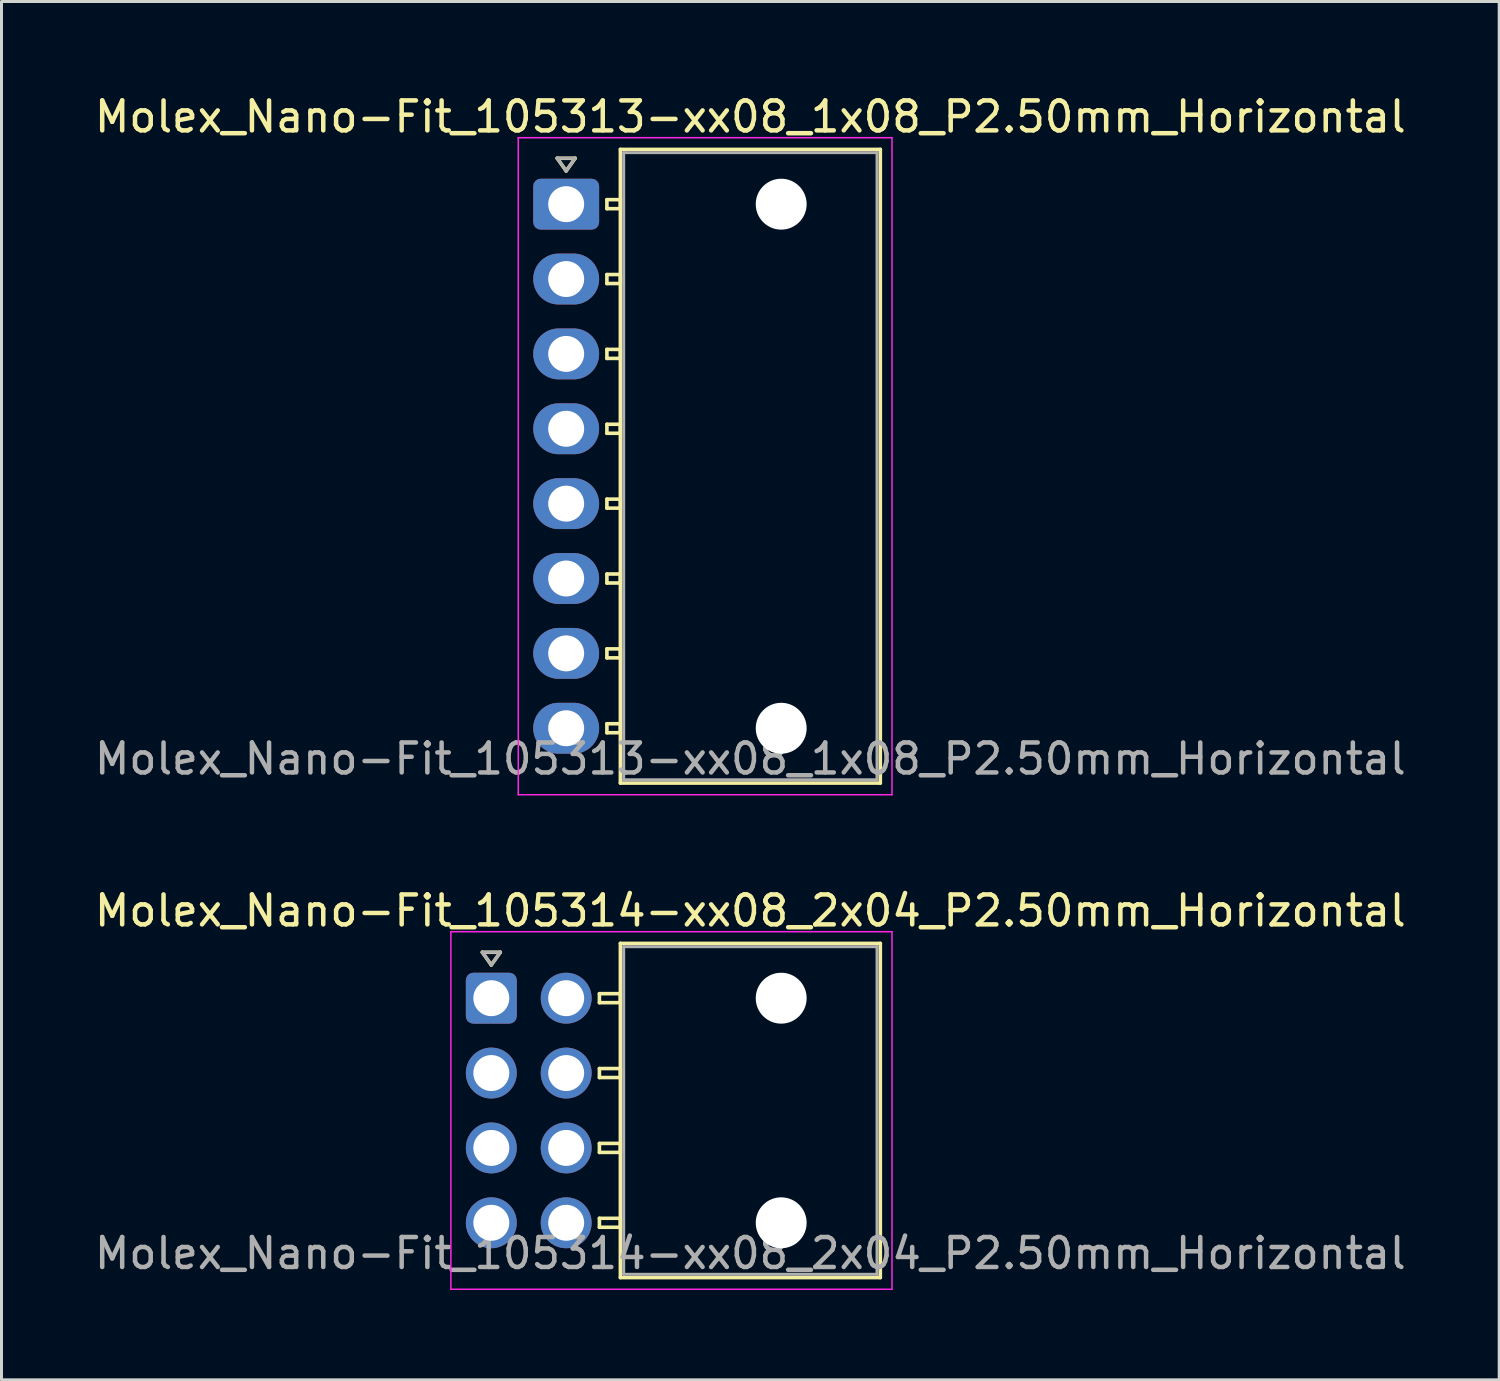
<source format=kicad_pcb>
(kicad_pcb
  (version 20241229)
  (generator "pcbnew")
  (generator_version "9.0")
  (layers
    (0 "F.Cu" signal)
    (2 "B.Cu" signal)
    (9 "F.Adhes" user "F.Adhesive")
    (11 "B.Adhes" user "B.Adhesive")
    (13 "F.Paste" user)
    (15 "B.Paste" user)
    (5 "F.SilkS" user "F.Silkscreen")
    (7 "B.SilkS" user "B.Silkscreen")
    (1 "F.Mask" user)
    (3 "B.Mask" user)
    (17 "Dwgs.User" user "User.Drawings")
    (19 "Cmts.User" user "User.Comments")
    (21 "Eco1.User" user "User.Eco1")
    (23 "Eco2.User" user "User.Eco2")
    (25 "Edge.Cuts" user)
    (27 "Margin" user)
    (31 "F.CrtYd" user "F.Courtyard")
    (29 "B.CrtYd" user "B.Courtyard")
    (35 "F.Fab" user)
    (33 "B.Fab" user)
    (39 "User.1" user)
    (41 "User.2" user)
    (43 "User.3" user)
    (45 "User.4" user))
  (footprint "Molex_Nano-Fit_105314-xx08_2x04_P2.50mm_Horizontal"
    (layer "F.Cu")
    (at 13.356 30.282)
    (property "Reference" "Molex_Nano-Fit_105314-xx08_2x04_P2.50mm_Horizontal" (at 8.65 -2.92 0) (layer "F.SilkS") (effects (font (size 1 1) (thickness 0.15))))
    (attr through_hole)
    (fp_line (start -0.3 -1.534) (end 0 -1.11) (stroke (width 0.12) (type solid)) (layer "F.SilkS"))
    (fp_line (start 0 -1.11) (end 0.3 -1.534) (stroke (width 0.12) (type solid)) (layer "F.SilkS"))
    (fp_line (start 0.3 -1.534) (end -0.3 -1.534) (stroke (width 0.12) (type solid)) (layer "F.SilkS"))
    (fp_line (start 3.61 -0.15) (end 3.61 0.15) (stroke (width 0.12) (type solid)) (layer "F.SilkS"))
    (fp_line (start 3.61 0.15) (end 4.31 0.15) (stroke (width 0.12) (type solid)) (layer "F.SilkS"))
    (fp_line (start 3.61 2.35) (end 3.61 2.65) (stroke (width 0.12) (type solid)) (layer "F.SilkS"))
    (fp_line (start 3.61 2.65) (end 4.31 2.65) (stroke (width 0.12) (type solid)) (layer "F.SilkS"))
    (fp_line (start 3.61 4.85) (end 3.61 5.15) (stroke (width 0.12) (type solid)) (layer "F.SilkS"))
    (fp_line (start 3.61 5.15) (end 4.31 5.15) (stroke (width 0.12) (type solid)) (layer "F.SilkS"))
    (fp_line (start 3.61 7.35) (end 3.61 7.65) (stroke (width 0.12) (type solid)) (layer "F.SilkS"))
    (fp_line (start 3.61 7.65) (end 4.31 7.65) (stroke (width 0.12) (type solid)) (layer "F.SilkS"))
    (fp_line (start 4.31 -1.83) (end 4.31 9.33) (stroke (width 0.12) (type solid)) (layer "F.SilkS"))
    (fp_line (start 4.31 -0.15) (end 3.61 -0.15) (stroke (width 0.12) (type solid)) (layer "F.SilkS"))
    (fp_line (start 4.31 0.15) (end 4.31 -0.15) (stroke (width 0.12) (type solid)) (layer "F.SilkS"))
    (fp_line (start 4.31 2.35) (end 3.61 2.35) (stroke (width 0.12) (type solid)) (layer "F.SilkS"))
    (fp_line (start 4.31 2.65) (end 4.31 2.35) (stroke (width 0.12) (type solid)) (layer "F.SilkS"))
    (fp_line (start 4.31 4.85) (end 3.61 4.85) (stroke (width 0.12) (type solid)) (layer "F.SilkS"))
    (fp_line (start 4.31 5.15) (end 4.31 4.85) (stroke (width 0.12) (type solid)) (layer "F.SilkS"))
    (fp_line (start 4.31 7.35) (end 3.61 7.35) (stroke (width 0.12) (type solid)) (layer "F.SilkS"))
    (fp_line (start 4.31 7.65) (end 4.31 7.35) (stroke (width 0.12) (type solid)) (layer "F.SilkS"))
    (fp_line (start 4.31 9.33) (end 12.99 9.33) (stroke (width 0.12) (type solid)) (layer "F.SilkS"))
    (fp_line (start 12.99 -1.83) (end 4.31 -1.83) (stroke (width 0.12) (type solid)) (layer "F.SilkS"))
    (fp_line (start 12.99 9.33) (end 12.99 -1.83) (stroke (width 0.12) (type solid)) (layer "F.SilkS"))
    (fp_line (start -1.35 -2.22) (end -1.35 9.72) (stroke (width 0.05) (type solid)) (layer "F.CrtYd"))
    (fp_line (start -1.35 9.72) (end 13.38 9.72) (stroke (width 0.05) (type solid)) (layer "F.CrtYd"))
    (fp_line (start 13.38 -2.22) (end -1.35 -2.22) (stroke (width 0.05) (type solid)) (layer "F.CrtYd"))
    (fp_line (start 13.38 9.72) (end 13.38 -2.22) (stroke (width 0.05) (type solid)) (layer "F.CrtYd"))
    (fp_line (start -0.3 -1.534) (end 0 -1.11) (stroke (width 0.1) (type solid)) (layer "F.Fab"))
    (fp_line (start 0 -1.11) (end 0.3 -1.534) (stroke (width 0.1) (type solid)) (layer "F.Fab"))
    (fp_line (start 0.3 -1.534) (end -0.3 -1.534) (stroke (width 0.1) (type solid)) (layer "F.Fab"))
    (fp_line (start 4.42 -1.72) (end 4.42 9.22) (stroke (width 0.1) (type solid)) (layer "F.Fab"))
    (fp_line (start 4.42 9.22) (end 12.88 9.22) (stroke (width 0.1) (type solid)) (layer "F.Fab"))
    (fp_line (start 12.88 -1.72) (end 4.42 -1.72) (stroke (width 0.1) (type solid)) (layer "F.Fab"))
    (fp_line (start 12.88 9.22) (end 12.88 -1.72) (stroke (width 0.1) (type solid)) (layer "F.Fab"))
    (fp_text user "${REFERENCE}" (at 8.65 8.52 0) (layer "F.Fab") (effects (font (size 1 1) (thickness 0.15))))
    (pad "" np_thru_hole circle (at 9.68 0) (size 1.7 1.7) (drill 1.7) (layers "*.Cu" "*.Mask"))
    (pad "" np_thru_hole circle (at 9.68 7.5) (size 1.7 1.7) (drill 1.7) (layers "*.Cu" "*.Mask"))
    (pad "1" thru_hole roundrect (at 0 0) (size 1.7 1.7) (drill 1.2) (layers "*.Cu" "*.Mask") (roundrect_rratio 0.147))
    (pad "2" thru_hole circle (at 0 2.5) (size 1.7 1.7) (drill 1.2) (layers "*.Cu" "*.Mask"))
    (pad "3" thru_hole circle (at 0 5) (size 1.7 1.7) (drill 1.2) (layers "*.Cu" "*.Mask"))
    (pad "4" thru_hole circle (at 0 7.5) (size 1.7 1.7) (drill 1.2) (layers "*.Cu" "*.Mask"))
    (pad "5" thru_hole circle (at 2.5 0) (size 1.7 1.7) (drill 1.2) (layers "*.Cu" "*.Mask"))
    (pad "6" thru_hole circle (at 2.5 2.5) (size 1.7 1.7) (drill 1.2) (layers "*.Cu" "*.Mask"))
    (pad "7" thru_hole circle (at 2.5 5) (size 1.7 1.7) (drill 1.2) (layers "*.Cu" "*.Mask"))
    (pad "8" thru_hole circle (at 2.5 7.5) (size 1.7 1.7) (drill 1.2) (layers "*.Cu" "*.Mask")))
  (footprint "Molex_Nano-Fit_105313-xx08_1x08_P2.50mm_Horizontal"
    (layer "F.Cu")
    (at 15.856 3.768)
    (property "Reference" "Molex_Nano-Fit_105313-xx08_1x08_P2.50mm_Horizontal" (at 6.15 -2.92 0) (layer "F.SilkS") (effects (font (size 1 1) (thickness 0.15))))
    (attr through_hole)
    (fp_line (start -0.3 -1.534) (end 0 -1.11) (stroke (width 0.12) (type solid)) (layer "F.SilkS"))
    (fp_line (start 0 -1.11) (end 0.3 -1.534) (stroke (width 0.12) (type solid)) (layer "F.SilkS"))
    (fp_line (start 0.3 -1.534) (end -0.3 -1.534) (stroke (width 0.12) (type solid)) (layer "F.SilkS"))
    (fp_line (start 1.36 -0.15) (end 1.36 0.15) (stroke (width 0.12) (type solid)) (layer "F.SilkS"))
    (fp_line (start 1.36 0.15) (end 1.81 0.15) (stroke (width 0.12) (type solid)) (layer "F.SilkS"))
    (fp_line (start 1.36 2.35) (end 1.36 2.65) (stroke (width 0.12) (type solid)) (layer "F.SilkS"))
    (fp_line (start 1.36 2.65) (end 1.81 2.65) (stroke (width 0.12) (type solid)) (layer "F.SilkS"))
    (fp_line (start 1.36 4.85) (end 1.36 5.15) (stroke (width 0.12) (type solid)) (layer "F.SilkS"))
    (fp_line (start 1.36 5.15) (end 1.81 5.15) (stroke (width 0.12) (type solid)) (layer "F.SilkS"))
    (fp_line (start 1.36 7.35) (end 1.36 7.65) (stroke (width 0.12) (type solid)) (layer "F.SilkS"))
    (fp_line (start 1.36 7.65) (end 1.81 7.65) (stroke (width 0.12) (type solid)) (layer "F.SilkS"))
    (fp_line (start 1.36 9.85) (end 1.36 10.15) (stroke (width 0.12) (type solid)) (layer "F.SilkS"))
    (fp_line (start 1.36 10.15) (end 1.81 10.15) (stroke (width 0.12) (type solid)) (layer "F.SilkS"))
    (fp_line (start 1.36 12.35) (end 1.36 12.65) (stroke (width 0.12) (type solid)) (layer "F.SilkS"))
    (fp_line (start 1.36 12.65) (end 1.81 12.65) (stroke (width 0.12) (type solid)) (layer "F.SilkS"))
    (fp_line (start 1.36 14.85) (end 1.36 15.15) (stroke (width 0.12) (type solid)) (layer "F.SilkS"))
    (fp_line (start 1.36 15.15) (end 1.81 15.15) (stroke (width 0.12) (type solid)) (layer "F.SilkS"))
    (fp_line (start 1.36 17.35) (end 1.36 17.65) (stroke (width 0.12) (type solid)) (layer "F.SilkS"))
    (fp_line (start 1.36 17.65) (end 1.81 17.65) (stroke (width 0.12) (type solid)) (layer "F.SilkS"))
    (fp_line (start 1.81 -1.83) (end 1.81 19.33) (stroke (width 0.12) (type solid)) (layer "F.SilkS"))
    (fp_line (start 1.81 -0.15) (end 1.36 -0.15) (stroke (width 0.12) (type solid)) (layer "F.SilkS"))
    (fp_line (start 1.81 0.15) (end 1.81 -0.15) (stroke (width 0.12) (type solid)) (layer "F.SilkS"))
    (fp_line (start 1.81 2.35) (end 1.36 2.35) (stroke (width 0.12) (type solid)) (layer "F.SilkS"))
    (fp_line (start 1.81 2.65) (end 1.81 2.35) (stroke (width 0.12) (type solid)) (layer "F.SilkS"))
    (fp_line (start 1.81 4.85) (end 1.36 4.85) (stroke (width 0.12) (type solid)) (layer "F.SilkS"))
    (fp_line (start 1.81 5.15) (end 1.81 4.85) (stroke (width 0.12) (type solid)) (layer "F.SilkS"))
    (fp_line (start 1.81 7.35) (end 1.36 7.35) (stroke (width 0.12) (type solid)) (layer "F.SilkS"))
    (fp_line (start 1.81 7.65) (end 1.81 7.35) (stroke (width 0.12) (type solid)) (layer "F.SilkS"))
    (fp_line (start 1.81 9.85) (end 1.36 9.85) (stroke (width 0.12) (type solid)) (layer "F.SilkS"))
    (fp_line (start 1.81 10.15) (end 1.81 9.85) (stroke (width 0.12) (type solid)) (layer "F.SilkS"))
    (fp_line (start 1.81 12.35) (end 1.36 12.35) (stroke (width 0.12) (type solid)) (layer "F.SilkS"))
    (fp_line (start 1.81 12.65) (end 1.81 12.35) (stroke (width 0.12) (type solid)) (layer "F.SilkS"))
    (fp_line (start 1.81 14.85) (end 1.36 14.85) (stroke (width 0.12) (type solid)) (layer "F.SilkS"))
    (fp_line (start 1.81 15.15) (end 1.81 14.85) (stroke (width 0.12) (type solid)) (layer "F.SilkS"))
    (fp_line (start 1.81 17.35) (end 1.36 17.35) (stroke (width 0.12) (type solid)) (layer "F.SilkS"))
    (fp_line (start 1.81 17.65) (end 1.81 17.35) (stroke (width 0.12) (type solid)) (layer "F.SilkS"))
    (fp_line (start 1.81 19.33) (end 10.49 19.33) (stroke (width 0.12) (type solid)) (layer "F.SilkS"))
    (fp_line (start 10.49 -1.83) (end 1.81 -1.83) (stroke (width 0.12) (type solid)) (layer "F.SilkS"))
    (fp_line (start 10.49 19.33) (end 10.49 -1.83) (stroke (width 0.12) (type solid)) (layer "F.SilkS"))
    (fp_line (start -1.6 -2.22) (end -1.6 19.72) (stroke (width 0.05) (type solid)) (layer "F.CrtYd"))
    (fp_line (start -1.6 19.72) (end 10.88 19.72) (stroke (width 0.05) (type solid)) (layer "F.CrtYd"))
    (fp_line (start 10.88 -2.22) (end -1.6 -2.22) (stroke (width 0.05) (type solid)) (layer "F.CrtYd"))
    (fp_line (start 10.88 19.72) (end 10.88 -2.22) (stroke (width 0.05) (type solid)) (layer "F.CrtYd"))
    (fp_line (start -0.3 -1.534) (end 0 -1.11) (stroke (width 0.1) (type solid)) (layer "F.Fab"))
    (fp_line (start 0 -1.11) (end 0.3 -1.534) (stroke (width 0.1) (type solid)) (layer "F.Fab"))
    (fp_line (start 0.3 -1.534) (end -0.3 -1.534) (stroke (width 0.1) (type solid)) (layer "F.Fab"))
    (fp_line (start 1.92 -1.72) (end 1.92 19.22) (stroke (width 0.1) (type solid)) (layer "F.Fab"))
    (fp_line (start 1.92 19.22) (end 10.38 19.22) (stroke (width 0.1) (type solid)) (layer "F.Fab"))
    (fp_line (start 10.38 -1.72) (end 1.92 -1.72) (stroke (width 0.1) (type solid)) (layer "F.Fab"))
    (fp_line (start 10.38 19.22) (end 10.38 -1.72) (stroke (width 0.1) (type solid)) (layer "F.Fab"))
    (fp_text user "${REFERENCE}" (at 6.15 18.52 0) (layer "F.Fab") (effects (font (size 1 1) (thickness 0.15))))
    (pad "" np_thru_hole circle (at 7.18 0) (size 1.7 1.7) (drill 1.7) (layers "*.Cu" "*.Mask"))
    (pad "" np_thru_hole circle (at 7.18 17.5) (size 1.7 1.7) (drill 1.7) (layers "*.Cu" "*.Mask"))
    (pad "1" thru_hole roundrect (at 0 0) (size 2.2 1.7) (drill 1.2) (layers "*.Cu" "*.Mask") (roundrect_rratio 0.147))
    (pad "2" thru_hole oval (at 0 2.5) (size 2.2 1.7) (drill 1.2) (layers "*.Cu" "*.Mask"))
    (pad "3" thru_hole oval (at 0 5) (size 2.2 1.7) (drill 1.2) (layers "*.Cu" "*.Mask"))
    (pad "4" thru_hole oval (at 0 7.5) (size 2.2 1.7) (drill 1.2) (layers "*.Cu" "*.Mask"))
    (pad "5" thru_hole oval (at 0 10) (size 2.2 1.7) (drill 1.2) (layers "*.Cu" "*.Mask"))
    (pad "6" thru_hole oval (at 0 12.5) (size 2.2 1.7) (drill 1.2) (layers "*.Cu" "*.Mask"))
    (pad "7" thru_hole oval (at 0 15) (size 2.2 1.7) (drill 1.2) (layers "*.Cu" "*.Mask"))
    (pad "8" thru_hole oval (at 0 17.5) (size 2.2 1.7) (drill 1.2) (layers "*.Cu" "*.Mask")))
  (gr_rect
    (start -3 -3)
    (end 47.012 43.026)
    (stroke (width 0.1) (type default))
    (fill no)
    (layer "Edge.Cuts")))
</source>
